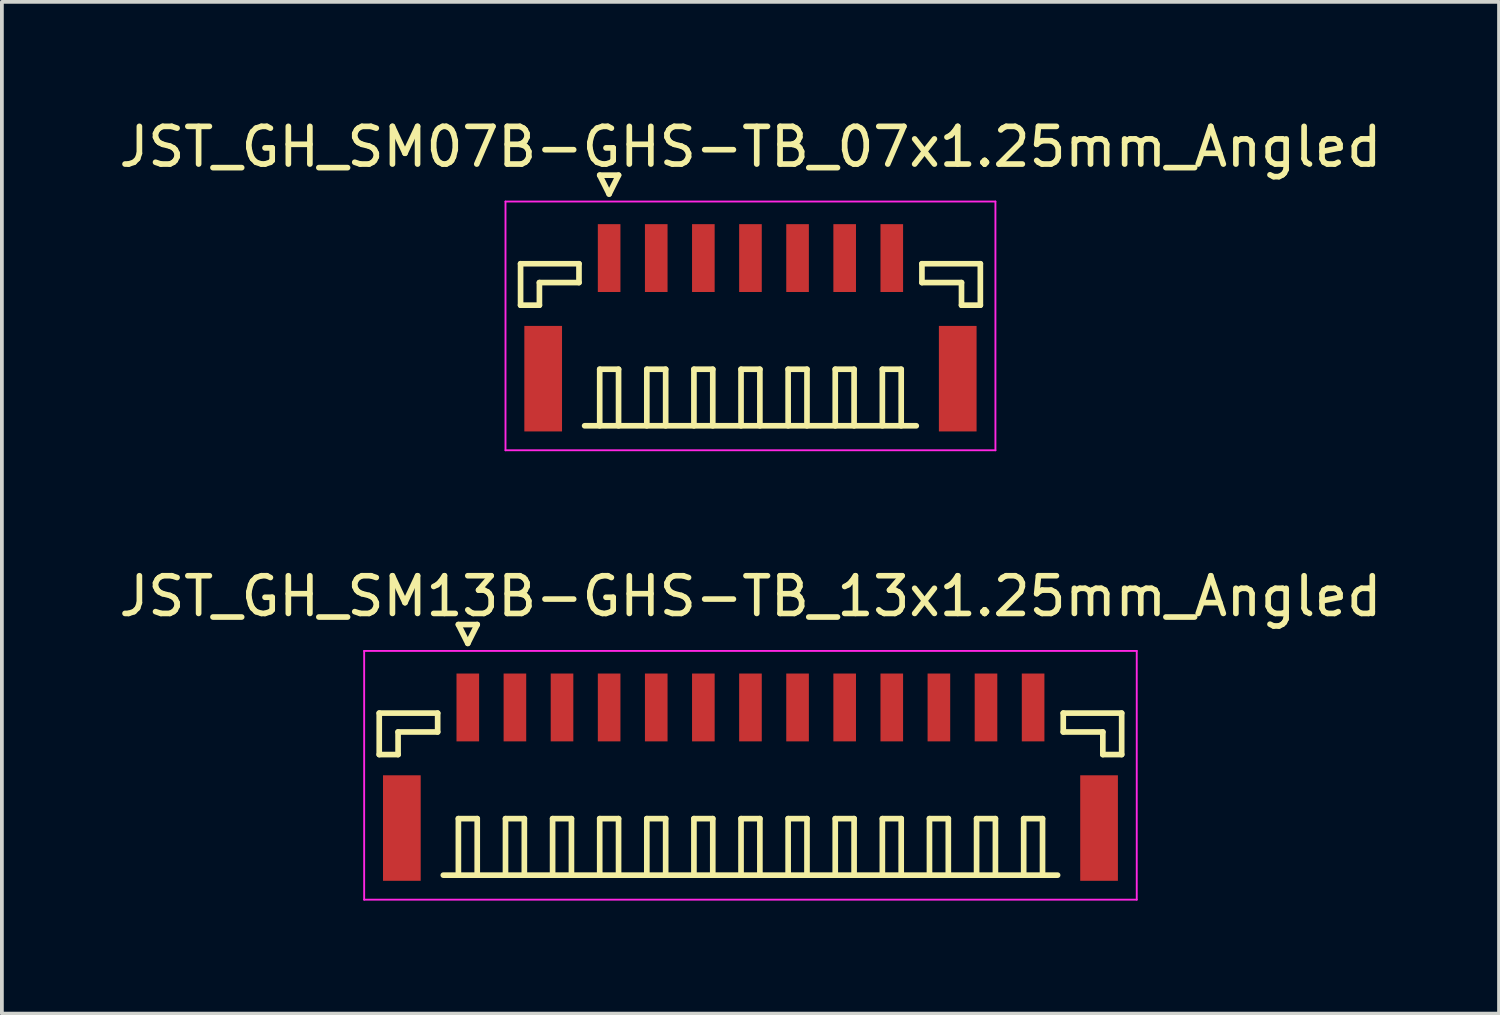
<source format=kicad_pcb>
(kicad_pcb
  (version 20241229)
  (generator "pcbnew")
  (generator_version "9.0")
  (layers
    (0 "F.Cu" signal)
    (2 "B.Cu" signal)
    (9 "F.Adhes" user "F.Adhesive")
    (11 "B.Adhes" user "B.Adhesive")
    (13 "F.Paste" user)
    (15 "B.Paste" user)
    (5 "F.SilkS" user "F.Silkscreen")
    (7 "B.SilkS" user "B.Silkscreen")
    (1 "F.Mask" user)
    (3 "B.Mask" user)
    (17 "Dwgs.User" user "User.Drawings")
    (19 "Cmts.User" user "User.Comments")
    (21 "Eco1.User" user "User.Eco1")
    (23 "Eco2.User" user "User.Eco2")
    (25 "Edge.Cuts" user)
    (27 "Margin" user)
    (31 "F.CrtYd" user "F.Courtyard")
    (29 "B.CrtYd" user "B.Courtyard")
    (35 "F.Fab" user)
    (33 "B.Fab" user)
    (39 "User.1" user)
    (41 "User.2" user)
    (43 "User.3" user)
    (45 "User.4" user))
  (footprint "JST_GH_SM07B-GHS-TB_07x1.25mm_Angled"
    (layer "F.Cu")
    (at 16.863 5.398)
    (property "Reference" "JST_GH_SM07B-GHS-TB_07x1.25mm_Angled" (at 0 -4.55 0) (layer "F.SilkS") (effects (font (size 1 1) (thickness 0.15))))
    (attr smd)
    (fp_line (start -6.1 -1.45) (end -4.55 -1.45) (stroke (width 0.15) (type solid)) (layer "F.SilkS"))
    (fp_line (start -6.1 -0.35) (end -6.1 -1.45) (stroke (width 0.15) (type solid)) (layer "F.SilkS"))
    (fp_line (start -5.6 -0.95) (end -5.6 -0.35) (stroke (width 0.15) (type solid)) (layer "F.SilkS"))
    (fp_line (start -5.6 -0.35) (end -6.1 -0.35) (stroke (width 0.15) (type solid)) (layer "F.SilkS"))
    (fp_line (start -4.55 -1.45) (end -4.55 -0.95) (stroke (width 0.15) (type solid)) (layer "F.SilkS"))
    (fp_line (start -4.55 -0.95) (end -5.6 -0.95) (stroke (width 0.15) (type solid)) (layer "F.SilkS"))
    (fp_line (start -4.4 2.85) (end 4.4 2.85) (stroke (width 0.15) (type solid)) (layer "F.SilkS"))
    (fp_line (start -4 -3.8) (end -3.5 -3.8) (stroke (width 0.15) (type solid)) (layer "F.SilkS"))
    (fp_line (start -4 1.35) (end -3.5 1.35) (stroke (width 0.15) (type solid)) (layer "F.SilkS"))
    (fp_line (start -4 2.85) (end -4 1.35) (stroke (width 0.15) (type solid)) (layer "F.SilkS"))
    (fp_line (start -3.75 -3.3) (end -4 -3.8) (stroke (width 0.15) (type solid)) (layer "F.SilkS"))
    (fp_line (start -3.5 -3.8) (end -3.75 -3.3) (stroke (width 0.15) (type solid)) (layer "F.SilkS"))
    (fp_line (start -3.5 1.35) (end -3.5 2.85) (stroke (width 0.15) (type solid)) (layer "F.SilkS"))
    (fp_line (start -2.75 1.35) (end -2.25 1.35) (stroke (width 0.15) (type solid)) (layer "F.SilkS"))
    (fp_line (start -2.75 2.85) (end -2.75 1.35) (stroke (width 0.15) (type solid)) (layer "F.SilkS"))
    (fp_line (start -2.25 1.35) (end -2.25 2.85) (stroke (width 0.15) (type solid)) (layer "F.SilkS"))
    (fp_line (start -1.5 1.35) (end -1 1.35) (stroke (width 0.15) (type solid)) (layer "F.SilkS"))
    (fp_line (start -1.5 2.85) (end -1.5 1.35) (stroke (width 0.15) (type solid)) (layer "F.SilkS"))
    (fp_line (start -1 1.35) (end -1 2.85) (stroke (width 0.15) (type solid)) (layer "F.SilkS"))
    (fp_line (start -0.25 1.35) (end 0.25 1.35) (stroke (width 0.15) (type solid)) (layer "F.SilkS"))
    (fp_line (start -0.25 2.85) (end -0.25 1.35) (stroke (width 0.15) (type solid)) (layer "F.SilkS"))
    (fp_line (start 0.25 1.35) (end 0.25 2.85) (stroke (width 0.15) (type solid)) (layer "F.SilkS"))
    (fp_line (start 1 1.35) (end 1.5 1.35) (stroke (width 0.15) (type solid)) (layer "F.SilkS"))
    (fp_line (start 1 2.85) (end 1 1.35) (stroke (width 0.15) (type solid)) (layer "F.SilkS"))
    (fp_line (start 1.5 1.35) (end 1.5 2.85) (stroke (width 0.15) (type solid)) (layer "F.SilkS"))
    (fp_line (start 2.25 1.35) (end 2.75 1.35) (stroke (width 0.15) (type solid)) (layer "F.SilkS"))
    (fp_line (start 2.25 2.85) (end 2.25 1.35) (stroke (width 0.15) (type solid)) (layer "F.SilkS"))
    (fp_line (start 2.75 1.35) (end 2.75 2.85) (stroke (width 0.15) (type solid)) (layer "F.SilkS"))
    (fp_line (start 3.5 1.35) (end 4 1.35) (stroke (width 0.15) (type solid)) (layer "F.SilkS"))
    (fp_line (start 3.5 2.85) (end 3.5 1.35) (stroke (width 0.15) (type solid)) (layer "F.SilkS"))
    (fp_line (start 4 1.35) (end 4 2.85) (stroke (width 0.15) (type solid)) (layer "F.SilkS"))
    (fp_line (start 4.55 -1.45) (end 4.55 -0.95) (stroke (width 0.15) (type solid)) (layer "F.SilkS"))
    (fp_line (start 4.55 -0.95) (end 5.6 -0.95) (stroke (width 0.15) (type solid)) (layer "F.SilkS"))
    (fp_line (start 5.6 -0.95) (end 5.6 -0.35) (stroke (width 0.15) (type solid)) (layer "F.SilkS"))
    (fp_line (start 5.6 -0.35) (end 6.1 -0.35) (stroke (width 0.15) (type solid)) (layer "F.SilkS"))
    (fp_line (start 6.1 -1.45) (end 4.55 -1.45) (stroke (width 0.15) (type solid)) (layer "F.SilkS"))
    (fp_line (start 6.1 -0.35) (end 6.1 -1.45) (stroke (width 0.15) (type solid)) (layer "F.SilkS"))
    (fp_line (start -6.5 -3.1) (end -6.5 3.5) (stroke (width 0.05) (type solid)) (layer "F.CrtYd"))
    (fp_line (start -6.5 3.5) (end 6.5 3.5) (stroke (width 0.05) (type solid)) (layer "F.CrtYd"))
    (fp_line (start 6.5 -3.1) (end -6.5 -3.1) (stroke (width 0.05) (type solid)) (layer "F.CrtYd"))
    (fp_line (start 6.5 3.5) (end 6.5 -3.1) (stroke (width 0.05) (type solid)) (layer "F.CrtYd"))
    (pad "" smd rect (at -5.5 1.6) (size 1 2.8) (layers "F.Cu" "F.Mask" "F.Paste"))
    (pad "" smd rect (at 5.5 1.6) (size 1 2.8) (layers "F.Cu" "F.Mask" "F.Paste"))
    (pad "1" smd rect (at -3.75 -1.6) (size 0.6 1.8) (layers "F.Cu" "F.Mask" "F.Paste"))
    (pad "2" smd rect (at -2.5 -1.6) (size 0.6 1.8) (layers "F.Cu" "F.Mask" "F.Paste"))
    (pad "3" smd rect (at -1.25 -1.6) (size 0.6 1.8) (layers "F.Cu" "F.Mask" "F.Paste"))
    (pad "4" smd rect (at 0 -1.6) (size 0.6 1.8) (layers "F.Cu" "F.Mask" "F.Paste"))
    (pad "5" smd rect (at 1.25 -1.6) (size 0.6 1.8) (layers "F.Cu" "F.Mask" "F.Paste"))
    (pad "6" smd rect (at 2.5 -1.6) (size 0.6 1.8) (layers "F.Cu" "F.Mask" "F.Paste"))
    (pad "7" smd rect (at 3.75 -1.6) (size 0.6 1.8) (layers "F.Cu" "F.Mask" "F.Paste")))
  (footprint "JST_GH_SM13B-GHS-TB_13x1.25mm_Angled"
    (layer "F.Cu")
    (at 16.863 17.322)
    (property "Reference" "JST_GH_SM13B-GHS-TB_13x1.25mm_Angled" (at 0 -4.55 0) (layer "F.SilkS") (effects (font (size 1 1) (thickness 0.15))))
    (attr smd)
    (fp_line (start -9.85 -1.45) (end -8.3 -1.45) (stroke (width 0.15) (type solid)) (layer "F.SilkS"))
    (fp_line (start -9.85 -0.35) (end -9.85 -1.45) (stroke (width 0.15) (type solid)) (layer "F.SilkS"))
    (fp_line (start -9.35 -0.95) (end -9.35 -0.35) (stroke (width 0.15) (type solid)) (layer "F.SilkS"))
    (fp_line (start -9.35 -0.35) (end -9.85 -0.35) (stroke (width 0.15) (type solid)) (layer "F.SilkS"))
    (fp_line (start -8.3 -1.45) (end -8.3 -0.95) (stroke (width 0.15) (type solid)) (layer "F.SilkS"))
    (fp_line (start -8.3 -0.95) (end -9.35 -0.95) (stroke (width 0.15) (type solid)) (layer "F.SilkS"))
    (fp_line (start -8.15 2.85) (end 8.15 2.85) (stroke (width 0.15) (type solid)) (layer "F.SilkS"))
    (fp_line (start -7.75 -3.8) (end -7.25 -3.8) (stroke (width 0.15) (type solid)) (layer "F.SilkS"))
    (fp_line (start -7.75 1.35) (end -7.25 1.35) (stroke (width 0.15) (type solid)) (layer "F.SilkS"))
    (fp_line (start -7.75 2.85) (end -7.75 1.35) (stroke (width 0.15) (type solid)) (layer "F.SilkS"))
    (fp_line (start -7.5 -3.3) (end -7.75 -3.8) (stroke (width 0.15) (type solid)) (layer "F.SilkS"))
    (fp_line (start -7.25 -3.8) (end -7.5 -3.3) (stroke (width 0.15) (type solid)) (layer "F.SilkS"))
    (fp_line (start -7.25 1.35) (end -7.25 2.85) (stroke (width 0.15) (type solid)) (layer "F.SilkS"))
    (fp_line (start -6.5 1.35) (end -6 1.35) (stroke (width 0.15) (type solid)) (layer "F.SilkS"))
    (fp_line (start -6.5 2.85) (end -6.5 1.35) (stroke (width 0.15) (type solid)) (layer "F.SilkS"))
    (fp_line (start -6 1.35) (end -6 2.85) (stroke (width 0.15) (type solid)) (layer "F.SilkS"))
    (fp_line (start -5.25 1.35) (end -4.75 1.35) (stroke (width 0.15) (type solid)) (layer "F.SilkS"))
    (fp_line (start -5.25 2.85) (end -5.25 1.35) (stroke (width 0.15) (type solid)) (layer "F.SilkS"))
    (fp_line (start -4.75 1.35) (end -4.75 2.85) (stroke (width 0.15) (type solid)) (layer "F.SilkS"))
    (fp_line (start -4 1.35) (end -3.5 1.35) (stroke (width 0.15) (type solid)) (layer "F.SilkS"))
    (fp_line (start -4 2.85) (end -4 1.35) (stroke (width 0.15) (type solid)) (layer "F.SilkS"))
    (fp_line (start -3.5 1.35) (end -3.5 2.85) (stroke (width 0.15) (type solid)) (layer "F.SilkS"))
    (fp_line (start -2.75 1.35) (end -2.25 1.35) (stroke (width 0.15) (type solid)) (layer "F.SilkS"))
    (fp_line (start -2.75 2.85) (end -2.75 1.35) (stroke (width 0.15) (type solid)) (layer "F.SilkS"))
    (fp_line (start -2.25 1.35) (end -2.25 2.85) (stroke (width 0.15) (type solid)) (layer "F.SilkS"))
    (fp_line (start -1.5 1.35) (end -1 1.35) (stroke (width 0.15) (type solid)) (layer "F.SilkS"))
    (fp_line (start -1.5 2.85) (end -1.5 1.35) (stroke (width 0.15) (type solid)) (layer "F.SilkS"))
    (fp_line (start -1 1.35) (end -1 2.85) (stroke (width 0.15) (type solid)) (layer "F.SilkS"))
    (fp_line (start -0.25 1.35) (end 0.25 1.35) (stroke (width 0.15) (type solid)) (layer "F.SilkS"))
    (fp_line (start -0.25 2.85) (end -0.25 1.35) (stroke (width 0.15) (type solid)) (layer "F.SilkS"))
    (fp_line (start 0.25 1.35) (end 0.25 2.85) (stroke (width 0.15) (type solid)) (layer "F.SilkS"))
    (fp_line (start 1 1.35) (end 1.5 1.35) (stroke (width 0.15) (type solid)) (layer "F.SilkS"))
    (fp_line (start 1 2.85) (end 1 1.35) (stroke (width 0.15) (type solid)) (layer "F.SilkS"))
    (fp_line (start 1.5 1.35) (end 1.5 2.85) (stroke (width 0.15) (type solid)) (layer "F.SilkS"))
    (fp_line (start 2.25 1.35) (end 2.75 1.35) (stroke (width 0.15) (type solid)) (layer "F.SilkS"))
    (fp_line (start 2.25 2.85) (end 2.25 1.35) (stroke (width 0.15) (type solid)) (layer "F.SilkS"))
    (fp_line (start 2.75 1.35) (end 2.75 2.85) (stroke (width 0.15) (type solid)) (layer "F.SilkS"))
    (fp_line (start 3.5 1.35) (end 4 1.35) (stroke (width 0.15) (type solid)) (layer "F.SilkS"))
    (fp_line (start 3.5 2.85) (end 3.5 1.35) (stroke (width 0.15) (type solid)) (layer "F.SilkS"))
    (fp_line (start 4 1.35) (end 4 2.85) (stroke (width 0.15) (type solid)) (layer "F.SilkS"))
    (fp_line (start 4.75 1.35) (end 5.25 1.35) (stroke (width 0.15) (type solid)) (layer "F.SilkS"))
    (fp_line (start 4.75 2.85) (end 4.75 1.35) (stroke (width 0.15) (type solid)) (layer "F.SilkS"))
    (fp_line (start 5.25 1.35) (end 5.25 2.85) (stroke (width 0.15) (type solid)) (layer "F.SilkS"))
    (fp_line (start 6 1.35) (end 6.5 1.35) (stroke (width 0.15) (type solid)) (layer "F.SilkS"))
    (fp_line (start 6 2.85) (end 6 1.35) (stroke (width 0.15) (type solid)) (layer "F.SilkS"))
    (fp_line (start 6.5 1.35) (end 6.5 2.85) (stroke (width 0.15) (type solid)) (layer "F.SilkS"))
    (fp_line (start 7.25 1.35) (end 7.75 1.35) (stroke (width 0.15) (type solid)) (layer "F.SilkS"))
    (fp_line (start 7.25 2.85) (end 7.25 1.35) (stroke (width 0.15) (type solid)) (layer "F.SilkS"))
    (fp_line (start 7.75 1.35) (end 7.75 2.85) (stroke (width 0.15) (type solid)) (layer "F.SilkS"))
    (fp_line (start 8.3 -1.45) (end 8.3 -0.95) (stroke (width 0.15) (type solid)) (layer "F.SilkS"))
    (fp_line (start 8.3 -0.95) (end 9.35 -0.95) (stroke (width 0.15) (type solid)) (layer "F.SilkS"))
    (fp_line (start 9.35 -0.95) (end 9.35 -0.35) (stroke (width 0.15) (type solid)) (layer "F.SilkS"))
    (fp_line (start 9.35 -0.35) (end 9.85 -0.35) (stroke (width 0.15) (type solid)) (layer "F.SilkS"))
    (fp_line (start 9.85 -1.45) (end 8.3 -1.45) (stroke (width 0.15) (type solid)) (layer "F.SilkS"))
    (fp_line (start 9.85 -0.35) (end 9.85 -1.45) (stroke (width 0.15) (type solid)) (layer "F.SilkS"))
    (fp_line (start -10.25 -3.1) (end -10.25 3.5) (stroke (width 0.05) (type solid)) (layer "F.CrtYd"))
    (fp_line (start -10.25 3.5) (end 10.25 3.5) (stroke (width 0.05) (type solid)) (layer "F.CrtYd"))
    (fp_line (start 10.25 -3.1) (end -10.25 -3.1) (stroke (width 0.05) (type solid)) (layer "F.CrtYd"))
    (fp_line (start 10.25 3.5) (end 10.25 -3.1) (stroke (width 0.05) (type solid)) (layer "F.CrtYd"))
    (pad "" smd rect (at -9.25 1.6) (size 1 2.8) (layers "F.Cu" "F.Mask" "F.Paste"))
    (pad "" smd rect (at 9.25 1.6) (size 1 2.8) (layers "F.Cu" "F.Mask" "F.Paste"))
    (pad "1" smd rect (at -7.5 -1.6) (size 0.6 1.8) (layers "F.Cu" "F.Mask" "F.Paste"))
    (pad "2" smd rect (at -6.25 -1.6) (size 0.6 1.8) (layers "F.Cu" "F.Mask" "F.Paste"))
    (pad "3" smd rect (at -5 -1.6) (size 0.6 1.8) (layers "F.Cu" "F.Mask" "F.Paste"))
    (pad "4" smd rect (at -3.75 -1.6) (size 0.6 1.8) (layers "F.Cu" "F.Mask" "F.Paste"))
    (pad "5" smd rect (at -2.5 -1.6) (size 0.6 1.8) (layers "F.Cu" "F.Mask" "F.Paste"))
    (pad "6" smd rect (at -1.25 -1.6) (size 0.6 1.8) (layers "F.Cu" "F.Mask" "F.Paste"))
    (pad "7" smd rect (at 0 -1.6) (size 0.6 1.8) (layers "F.Cu" "F.Mask" "F.Paste"))
    (pad "8" smd rect (at 1.25 -1.6) (size 0.6 1.8) (layers "F.Cu" "F.Mask" "F.Paste"))
    (pad "9" smd rect (at 2.5 -1.6) (size 0.6 1.8) (layers "F.Cu" "F.Mask" "F.Paste"))
    (pad "10" smd rect (at 3.75 -1.6) (size 0.6 1.8) (layers "F.Cu" "F.Mask" "F.Paste"))
    (pad "11" smd rect (at 5 -1.6) (size 0.6 1.8) (layers "F.Cu" "F.Mask" "F.Paste"))
    (pad "12" smd rect (at 6.25 -1.6) (size 0.6 1.8) (layers "F.Cu" "F.Mask" "F.Paste"))
    (pad "13" smd rect (at 7.5 -1.6) (size 0.6 1.8) (layers "F.Cu" "F.Mask" "F.Paste")))
  (gr_rect
    (start -3 -3)
    (end 36.726 23.846)
    (stroke (width 0.1) (type default))
    (fill no)
    (layer "Edge.Cuts")))
</source>
